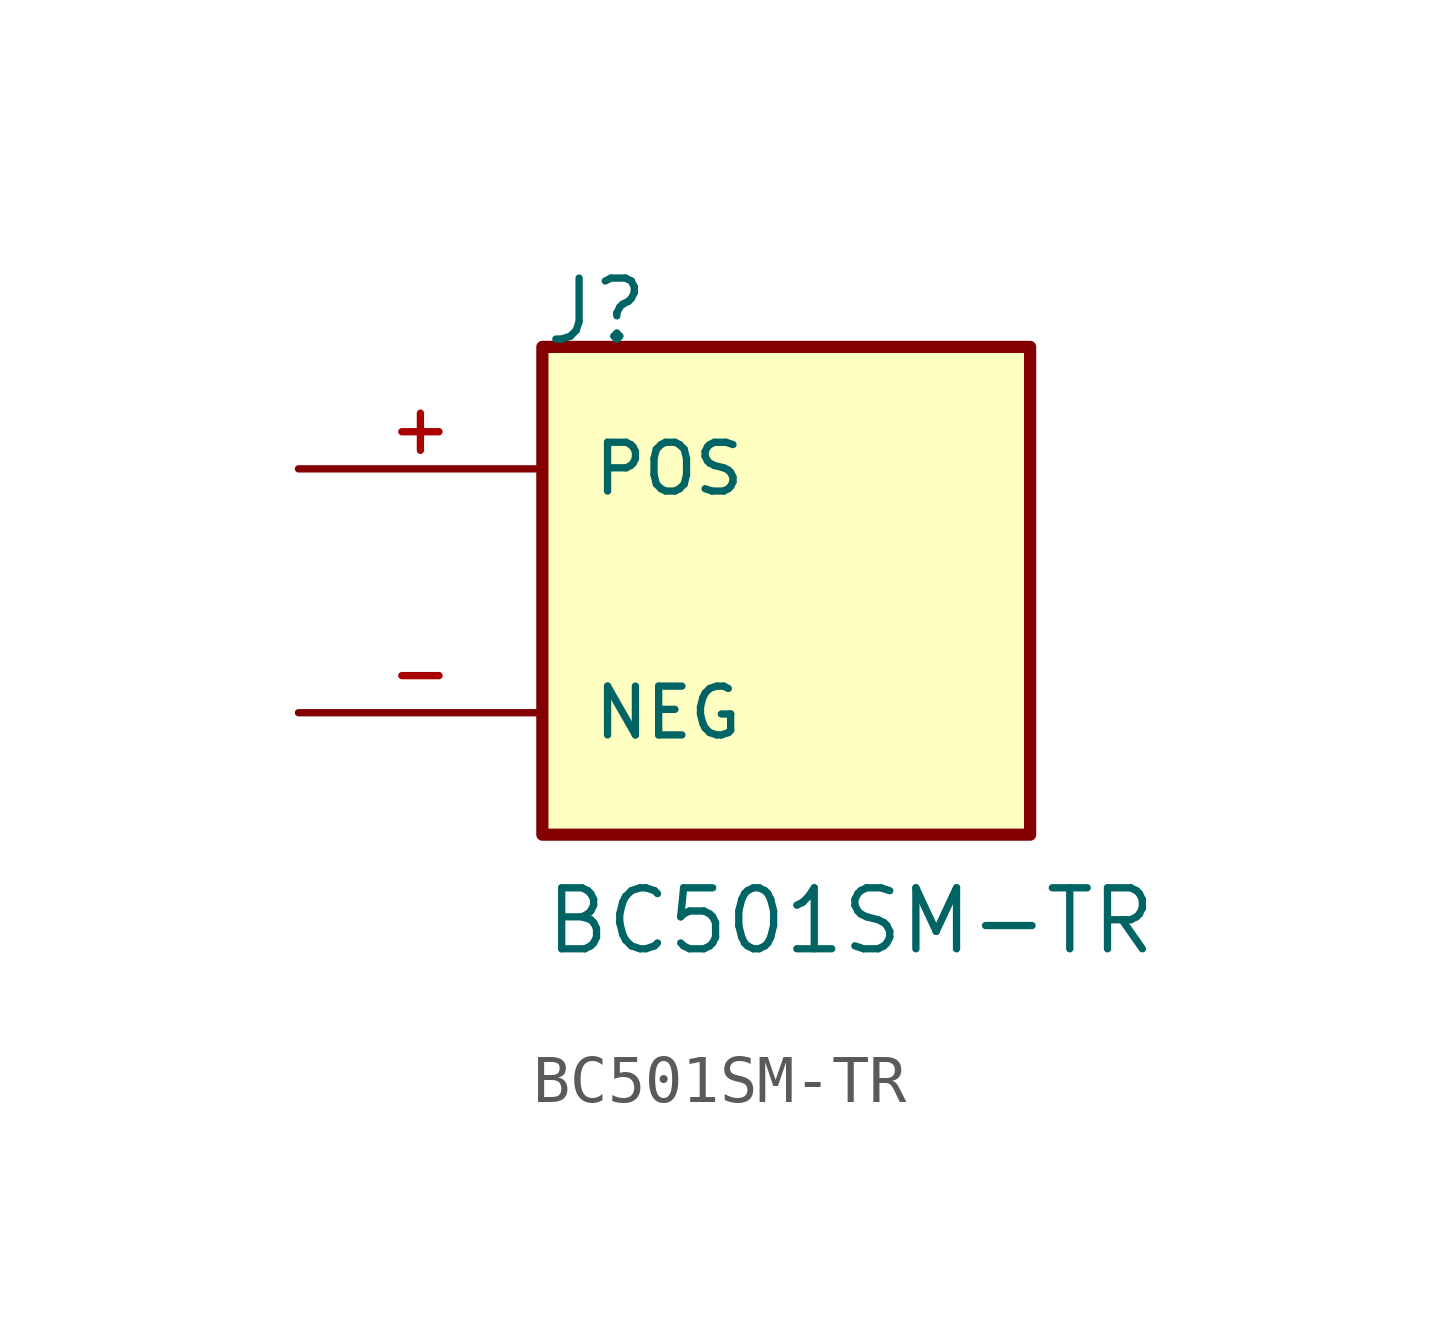
<source format=kicad_sym>
(kicad_symbol_lib
  (version 20211014)
  (generator kicad_symbol_editor)
  (symbol "BC501SM-TR"
    (pin_names
      (offset 1.016))
    (property "Reference" "J"
      (at -5.08 5.08 0)
      (effects (font (size 1.27 1.27)) (justify bottom left)))
    (property "Value" "BC501SM-TR"
      (at -5.08 -7.62 0)
      (effects (font (size 1.27 1.27)) (justify bottom left)))
    (symbol "BC501SM-TR_0_0"
      (rectangle (start -5.08 -5.08) (end 5.08 5.08) (stroke (width 0.254)) (fill (type background)))
      (pin passive line (at -10.16 2.54 0) (length 5.08) (name "POS" (effects (font (size 1.016 1.016)))) (number "+" (effects (font (size 1.016 1.016)))))
      (pin passive line (at -10.16 -2.54 0) (length 5.08) (name "NEG" (effects (font (size 1.016 1.016)))) (number "-" (effects (font (size 1.016 1.016))))))))
</source>
